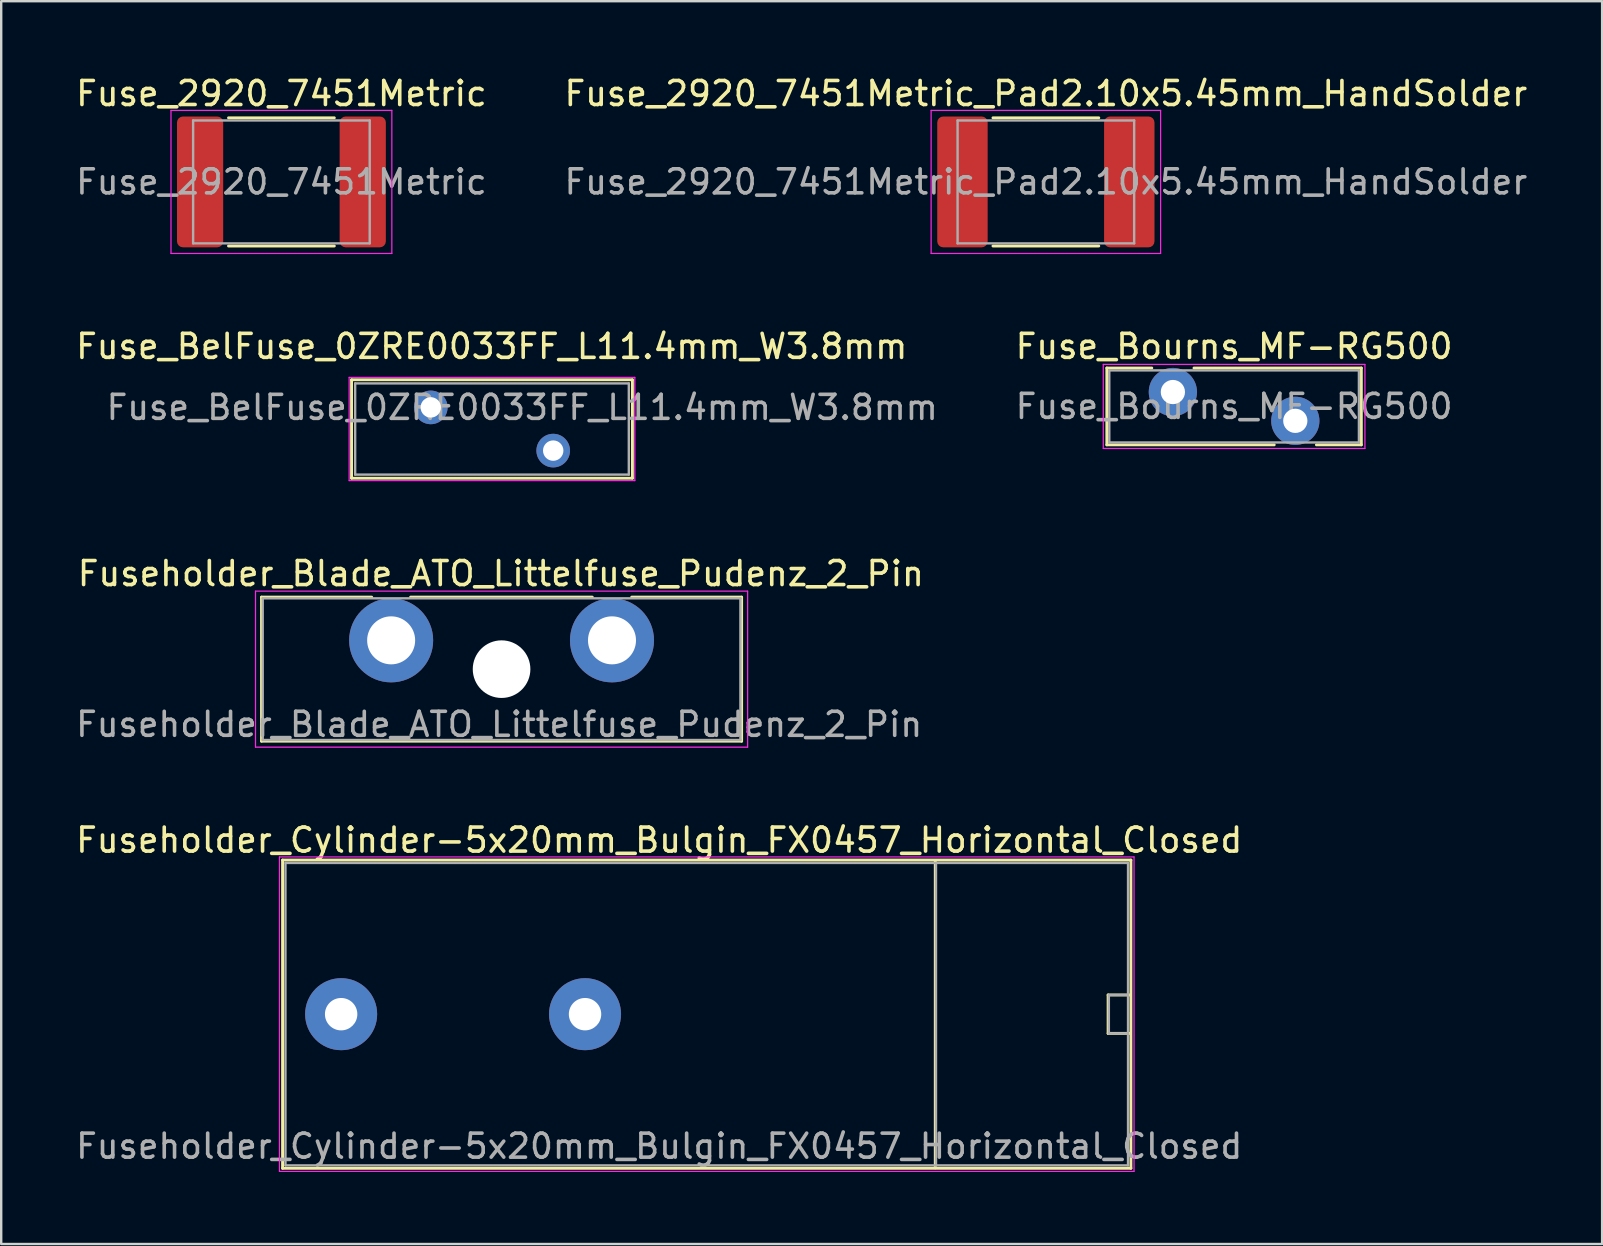
<source format=kicad_pcb>
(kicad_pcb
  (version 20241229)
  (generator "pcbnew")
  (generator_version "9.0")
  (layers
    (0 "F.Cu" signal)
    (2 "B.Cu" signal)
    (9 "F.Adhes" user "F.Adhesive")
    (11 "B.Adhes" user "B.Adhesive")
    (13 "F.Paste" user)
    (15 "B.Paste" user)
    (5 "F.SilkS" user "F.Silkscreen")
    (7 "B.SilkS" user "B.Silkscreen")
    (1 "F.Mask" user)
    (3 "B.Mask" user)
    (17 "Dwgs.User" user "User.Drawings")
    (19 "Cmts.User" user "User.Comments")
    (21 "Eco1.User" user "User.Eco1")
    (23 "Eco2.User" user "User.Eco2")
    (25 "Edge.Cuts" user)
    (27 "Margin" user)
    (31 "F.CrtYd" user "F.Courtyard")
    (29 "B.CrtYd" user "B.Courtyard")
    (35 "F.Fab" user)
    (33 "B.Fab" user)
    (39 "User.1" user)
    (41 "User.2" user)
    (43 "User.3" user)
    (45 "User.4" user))
  (footprint "Fuseholder_Blade_ATO_Littelfuse_Pudenz_2_Pin"
    (layer "F.Cu")
    (at 13.244 23.625)
    (property "Reference" "Fuseholder_Blade_ATO_Littelfuse_Pudenz_2_Pin" (at 4.57 -2.78 0) (layer "F.SilkS") (effects (font (size 1 1) (thickness 0.15))))
    (attr through_hole)
    (fp_line (start -5.4 -1.8) (end -0.81 -1.8) (stroke (width 0.12) (type solid)) (layer "F.SilkS"))
    (fp_line (start -5.4 4.2) (end -5.4 -1.8) (stroke (width 0.12) (type solid)) (layer "F.SilkS"))
    (fp_line (start 0.81 -1.8) (end 8.38 -1.8) (stroke (width 0.12) (type solid)) (layer "F.SilkS"))
    (fp_line (start 10.02 -1.8) (end 14.6 -1.8) (stroke (width 0.12) (type solid)) (layer "F.SilkS"))
    (fp_line (start 14.6 -1.8) (end 14.6 4.2) (stroke (width 0.12) (type solid)) (layer "F.SilkS"))
    (fp_line (start 14.6 4.2) (end -5.4 4.2) (stroke (width 0.12) (type solid)) (layer "F.SilkS"))
    (fp_line (start -5.65 -2.05) (end -5.65 4.45) (stroke (width 0.05) (type solid)) (layer "F.CrtYd"))
    (fp_line (start -5.65 -2.05) (end 14.85 -2.05) (stroke (width 0.05) (type solid)) (layer "F.CrtYd"))
    (fp_line (start 14.85 4.45) (end -5.65 4.45) (stroke (width 0.05) (type solid)) (layer "F.CrtYd"))
    (fp_line (start 14.85 4.45) (end 14.85 -2.05) (stroke (width 0.05) (type solid)) (layer "F.CrtYd"))
    (fp_line (start -5.35 -1.75) (end 14.55 -1.75) (stroke (width 0.1) (type solid)) (layer "F.Fab"))
    (fp_line (start -5.35 4.15) (end -5.35 -1.75) (stroke (width 0.1) (type solid)) (layer "F.Fab"))
    (fp_line (start 14.55 -1.75) (end 14.55 4.15) (stroke (width 0.1) (type solid)) (layer "F.Fab"))
    (fp_line (start 14.55 4.15) (end -5.35 4.15) (stroke (width 0.1) (type solid)) (layer "F.Fab"))
    (fp_text user "${REFERENCE}" (at 4.5 3.5 0) (layer "F.Fab") (effects (font (size 1 1) (thickness 0.15))))
    (pad "" np_thru_hole circle (at 4.6 1.2) (size 2.4 2.4) (drill 2.4) (layers "*.Cu" "*.Mask"))
    (pad "1" thru_hole circle (at 0 0) (size 3.5 3.5) (drill 2) (layers "*.Cu" "*.Mask"))
    (pad "2" thru_hole circle (at 9.2 0) (size 3.5 3.5) (drill 2) (layers "*.Cu" "*.Mask")))
  (footprint "Fuse_2920_7451Metric"
    (layer "F.Cu")
    (at 8.673 4.528)
    (property "Reference" "Fuse_2920_7451Metric" (at 0 -3.68 0) (layer "F.SilkS") (effects (font (size 1 1) (thickness 0.15))))
    (attr smd)
    (fp_line (start -2.204 -2.67) (end 2.204 -2.67) (stroke (width 0.12) (type solid)) (layer "F.SilkS"))
    (fp_line (start -2.204 2.67) (end 2.204 2.67) (stroke (width 0.12) (type solid)) (layer "F.SilkS"))
    (fp_line (start -4.6 -2.98) (end 4.6 -2.98) (stroke (width 0.05) (type solid)) (layer "F.CrtYd"))
    (fp_line (start -4.6 2.98) (end -4.6 -2.98) (stroke (width 0.05) (type solid)) (layer "F.CrtYd"))
    (fp_line (start 4.6 -2.98) (end 4.6 2.98) (stroke (width 0.05) (type solid)) (layer "F.CrtYd"))
    (fp_line (start 4.6 2.98) (end -4.6 2.98) (stroke (width 0.05) (type solid)) (layer "F.CrtYd"))
    (fp_line (start -3.678 -2.56) (end 3.678 -2.56) (stroke (width 0.1) (type solid)) (layer "F.Fab"))
    (fp_line (start -3.678 2.56) (end -3.678 -2.56) (stroke (width 0.1) (type solid)) (layer "F.Fab"))
    (fp_line (start 3.678 -2.56) (end 3.678 2.56) (stroke (width 0.1) (type solid)) (layer "F.Fab"))
    (fp_line (start 3.678 2.56) (end -3.678 2.56) (stroke (width 0.1) (type solid)) (layer "F.Fab"))
    (fp_text user "${REFERENCE}" (at 0 0 0) (layer "F.Fab") (effects (font (size 1 1) (thickness 0.15))))
    (pad "1" smd roundrect (at -3.388 0) (size 1.925 5.45) (layers "F.Cu" "F.Mask" "F.Paste") (roundrect_rratio 0.13))
    (pad "2" smd roundrect (at 3.388 0) (size 1.925 5.45) (layers "F.Cu" "F.Mask" "F.Paste") (roundrect_rratio 0.13)))
  (footprint "Fuse_Bourns_MF-RG500"
    (layer "F.Cu")
    (at 45.809 13.281)
    (property "Reference" "Fuse_Bourns_MF-RG500" (at 2.55 -1.9 0) (layer "F.SilkS") (effects (font (size 1 1) (thickness 0.15))))
    (attr through_hole)
    (fp_line (start -2.751 -1) (end -2.751 2.2) (stroke (width 0.12) (type solid)) (layer "F.SilkS"))
    (fp_line (start -2.751 -1) (end -0.879 -1) (stroke (width 0.12) (type solid)) (layer "F.SilkS"))
    (fp_line (start -2.751 2.2) (end 4.222 2.2) (stroke (width 0.12) (type solid)) (layer "F.SilkS"))
    (fp_line (start 0.879 -1) (end 7.85 -1) (stroke (width 0.12) (type solid)) (layer "F.SilkS"))
    (fp_line (start 5.979 2.2) (end 7.85 2.2) (stroke (width 0.12) (type solid)) (layer "F.SilkS"))
    (fp_line (start 7.85 -1) (end 7.85 2.2) (stroke (width 0.12) (type solid)) (layer "F.SilkS"))
    (fp_line (start -2.9 -1.15) (end -2.9 2.35) (stroke (width 0.05) (type solid)) (layer "F.CrtYd"))
    (fp_line (start -2.9 2.35) (end 8 2.35) (stroke (width 0.05) (type solid)) (layer "F.CrtYd"))
    (fp_line (start 8 -1.15) (end -2.9 -1.15) (stroke (width 0.05) (type solid)) (layer "F.CrtYd"))
    (fp_line (start 8 2.35) (end 8 -1.15) (stroke (width 0.05) (type solid)) (layer "F.CrtYd"))
    (fp_line (start -2.65 -0.9) (end -2.65 2.1) (stroke (width 0.1) (type solid)) (layer "F.Fab"))
    (fp_line (start -2.65 2.1) (end 7.75 2.1) (stroke (width 0.1) (type solid)) (layer "F.Fab"))
    (fp_line (start 7.75 -0.9) (end -2.65 -0.9) (stroke (width 0.1) (type solid)) (layer "F.Fab"))
    (fp_line (start 7.75 2.1) (end 7.75 -0.9) (stroke (width 0.1) (type solid)) (layer "F.Fab"))
    (fp_text user "${REFERENCE}" (at 2.55 0.6 0) (layer "F.Fab") (effects (font (size 1 1) (thickness 0.15))))
    (pad "1" thru_hole circle (at 0 0) (size 2.01 2.01) (drill 1.01) (layers "*.Cu" "*.Mask"))
    (pad "2" thru_hole circle (at 5.1 1.2) (size 2.01 2.01) (drill 1.01) (layers "*.Cu" "*.Mask")))
  (footprint "Fuse_BelFuse_0ZRE0033FF_L11.4mm_W3.8mm"
    (layer "F.Cu")
    (at 14.895 13.921)
    (property "Reference" "Fuse_BelFuse_0ZRE0033FF_L11.4mm_W3.8mm" (at 2.54 -2.54 0) (layer "F.SilkS") (effects (font (size 1 1) (thickness 0.15))))
    (attr through_hole)
    (fp_line (start -3.3 -1.15) (end -3.3 2.95) (stroke (width 0.12) (type solid)) (layer "F.SilkS"))
    (fp_line (start -3.3 -1.15) (end 8.4 -1.15) (stroke (width 0.12) (type solid)) (layer "F.SilkS"))
    (fp_line (start -3.3 2.95) (end 8.4 2.95) (stroke (width 0.12) (type solid)) (layer "F.SilkS"))
    (fp_line (start 8.4 -1.15) (end 8.4 2.95) (stroke (width 0.12) (type solid)) (layer "F.SilkS"))
    (fp_line (start -3.4 -1.25) (end -3.4 3.05) (stroke (width 0.05) (type solid)) (layer "F.CrtYd"))
    (fp_line (start -3.4 -1.25) (end 8.5 -1.25) (stroke (width 0.05) (type solid)) (layer "F.CrtYd"))
    (fp_line (start -3.4 3.05) (end 8.5 3.05) (stroke (width 0.05) (type solid)) (layer "F.CrtYd"))
    (fp_line (start 8.5 -1.25) (end 8.5 3.05) (stroke (width 0.05) (type solid)) (layer "F.CrtYd"))
    (fp_line (start -3.15 -1) (end -3.15 2.8) (stroke (width 0.1) (type solid)) (layer "F.Fab"))
    (fp_line (start -3.15 -1) (end 8.25 -1) (stroke (width 0.1) (type solid)) (layer "F.Fab"))
    (fp_line (start -3.15 2.8) (end 8.25 2.8) (stroke (width 0.1) (type solid)) (layer "F.Fab"))
    (fp_line (start 8.25 -1) (end 8.25 2.8) (stroke (width 0.1) (type solid)) (layer "F.Fab"))
    (fp_text user "${REFERENCE}" (at 3.81 0 0) (layer "F.Fab") (effects (font (size 1 1) (thickness 0.15))))
    (pad "1" thru_hole circle (at 0 0) (size 1.4 1.4) (drill 0.85) (layers "*.Cu" "*.Mask"))
    (pad "2" thru_hole circle (at 5.1 1.8) (size 1.4 1.4) (drill 0.85) (layers "*.Cu" "*.Mask")))
  (footprint "Fuseholder_Cylinder-5x20mm_Bulgin_FX0457_Horizontal_Closed"
    (layer "F.Cu")
    (at 11.161 39.198)
    (property "Reference" "Fuseholder_Cylinder-5x20mm_Bulgin_FX0457_Horizontal_Closed" (at 13.25 -7.25 0) (layer "F.SilkS") (effects (font (size 1 1) (thickness 0.15))))
    (attr through_hole)
    (fp_line (start -2.44 -6.42) (end -2.44 6.42) (stroke (width 0.12) (type solid)) (layer "F.SilkS"))
    (fp_line (start -2.44 -6.42) (end 32.9 -6.42) (stroke (width 0.12) (type solid)) (layer "F.SilkS"))
    (fp_line (start 24.75 -6.4) (end 24.75 6.4) (stroke (width 0.12) (type solid)) (layer "F.SilkS"))
    (fp_line (start 31.95 -0.8) (end 31.95 0.8) (stroke (width 0.12) (type solid)) (layer "F.SilkS"))
    (fp_line (start 31.95 0.8) (end 32.85 0.8) (stroke (width 0.12) (type solid)) (layer "F.SilkS"))
    (fp_line (start 32.85 -0.8) (end 31.95 -0.8) (stroke (width 0.12) (type solid)) (layer "F.SilkS"))
    (fp_line (start 32.9 6.42) (end -2.44 6.42) (stroke (width 0.12) (type solid)) (layer "F.SilkS"))
    (fp_line (start 32.9 6.42) (end 32.9 -6.42) (stroke (width 0.12) (type solid)) (layer "F.SilkS"))
    (fp_line (start -2.57 -6.55) (end -2.57 6.55) (stroke (width 0.05) (type solid)) (layer "F.CrtYd"))
    (fp_line (start -2.57 -6.55) (end 33.03 -6.55) (stroke (width 0.05) (type solid)) (layer "F.CrtYd"))
    (fp_line (start 33.03 6.55) (end -2.57 6.55) (stroke (width 0.05) (type solid)) (layer "F.CrtYd"))
    (fp_line (start 33.03 6.55) (end 33.03 -6.55) (stroke (width 0.05) (type solid)) (layer "F.CrtYd"))
    (fp_line (start -2.32 6.3) (end -2.32 -6.3) (stroke (width 0.1) (type solid)) (layer "F.Fab"))
    (fp_line (start -2.32 6.3) (end 32.78 6.3) (stroke (width 0.1) (type solid)) (layer "F.Fab"))
    (fp_line (start 24.78 6.3) (end 24.78 -6.3) (stroke (width 0.1) (type solid)) (layer "F.Fab"))
    (fp_line (start 31.98 -0.8) (end 31.98 0.8) (stroke (width 0.1) (type solid)) (layer "F.Fab"))
    (fp_line (start 31.98 0.8) (end 32.78 0.8) (stroke (width 0.1) (type solid)) (layer "F.Fab"))
    (fp_line (start 32.78 -6.3) (end -2.32 -6.3) (stroke (width 0.1) (type solid)) (layer "F.Fab"))
    (fp_line (start 32.78 -0.8) (end 31.98 -0.8) (stroke (width 0.1) (type solid)) (layer "F.Fab"))
    (fp_line (start 32.78 6.3) (end 32.78 -6.3) (stroke (width 0.1) (type solid)) (layer "F.Fab"))
    (fp_text user "${REFERENCE}" (at 13.25 5.5 0) (layer "F.Fab") (effects (font (size 1 1) (thickness 0.15))))
    (pad "1" thru_hole circle (at 0 0) (size 3 3) (drill 1.35) (layers "*.Cu" "*.Mask"))
    (pad "2" thru_hole circle (at 10.16 0) (size 3 3) (drill 1.35) (layers "*.Cu" "*.Mask")))
  (footprint "Fuse_2920_7451Metric_Pad2.10x5.45mm_HandSolder"
    (layer "F.Cu")
    (at 40.518 4.528)
    (property "Reference" "Fuse_2920_7451Metric_Pad2.10x5.45mm_HandSolder" (at 0 -3.68 0) (layer "F.SilkS") (effects (font (size 1 1) (thickness 0.15))))
    (attr smd)
    (fp_line (start -2.204 -2.67) (end 2.204 -2.67) (stroke (width 0.12) (type solid)) (layer "F.SilkS"))
    (fp_line (start -2.204 2.67) (end 2.204 2.67) (stroke (width 0.12) (type solid)) (layer "F.SilkS"))
    (fp_line (start -4.78 -2.98) (end 4.78 -2.98) (stroke (width 0.05) (type solid)) (layer "F.CrtYd"))
    (fp_line (start -4.78 2.98) (end -4.78 -2.98) (stroke (width 0.05) (type solid)) (layer "F.CrtYd"))
    (fp_line (start 4.78 -2.98) (end 4.78 2.98) (stroke (width 0.05) (type solid)) (layer "F.CrtYd"))
    (fp_line (start 4.78 2.98) (end -4.78 2.98) (stroke (width 0.05) (type solid)) (layer "F.CrtYd"))
    (fp_line (start -3.678 -2.56) (end 3.678 -2.56) (stroke (width 0.1) (type solid)) (layer "F.Fab"))
    (fp_line (start -3.678 2.56) (end -3.678 -2.56) (stroke (width 0.1) (type solid)) (layer "F.Fab"))
    (fp_line (start 3.678 -2.56) (end 3.678 2.56) (stroke (width 0.1) (type solid)) (layer "F.Fab"))
    (fp_line (start 3.678 2.56) (end -3.678 2.56) (stroke (width 0.1) (type solid)) (layer "F.Fab"))
    (fp_text user "${REFERENCE}" (at 0 0 0) (layer "F.Fab") (effects (font (size 1 1) (thickness 0.15))))
    (pad "1" smd roundrect (at -3.475 0) (size 2.1 5.45) (layers "F.Cu" "F.Mask" "F.Paste") (roundrect_rratio 0.119))
    (pad "2" smd roundrect (at 3.475 0) (size 2.1 5.45) (layers "F.Cu" "F.Mask" "F.Paste") (roundrect_rratio 0.119)))
  (gr_rect
    (start -3 -3)
    (end 63.69 48.773)
    (stroke (width 0.1) (type default))
    (fill no)
    (layer "Edge.Cuts")))
</source>
